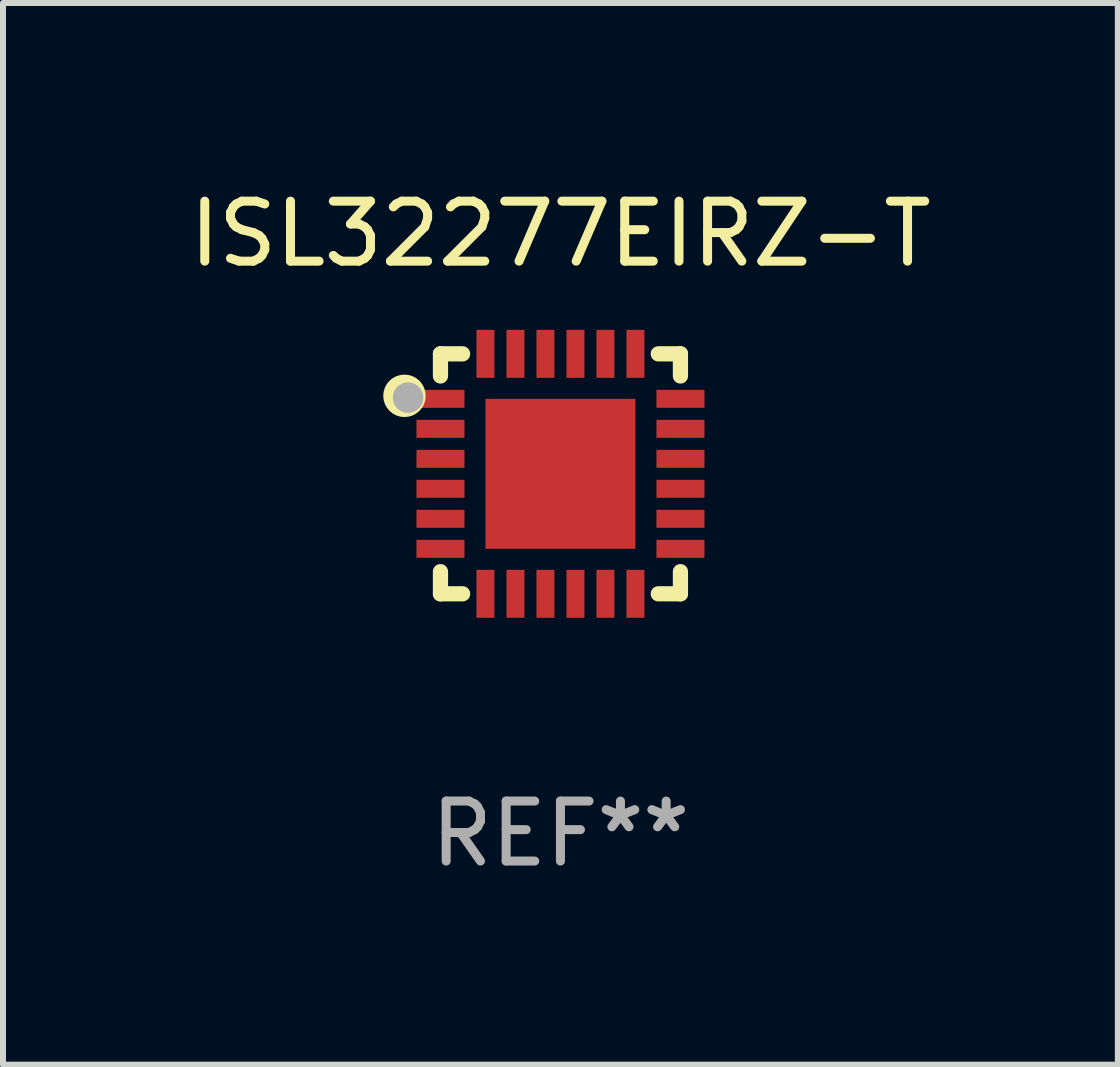
<source format=kicad_pcb>
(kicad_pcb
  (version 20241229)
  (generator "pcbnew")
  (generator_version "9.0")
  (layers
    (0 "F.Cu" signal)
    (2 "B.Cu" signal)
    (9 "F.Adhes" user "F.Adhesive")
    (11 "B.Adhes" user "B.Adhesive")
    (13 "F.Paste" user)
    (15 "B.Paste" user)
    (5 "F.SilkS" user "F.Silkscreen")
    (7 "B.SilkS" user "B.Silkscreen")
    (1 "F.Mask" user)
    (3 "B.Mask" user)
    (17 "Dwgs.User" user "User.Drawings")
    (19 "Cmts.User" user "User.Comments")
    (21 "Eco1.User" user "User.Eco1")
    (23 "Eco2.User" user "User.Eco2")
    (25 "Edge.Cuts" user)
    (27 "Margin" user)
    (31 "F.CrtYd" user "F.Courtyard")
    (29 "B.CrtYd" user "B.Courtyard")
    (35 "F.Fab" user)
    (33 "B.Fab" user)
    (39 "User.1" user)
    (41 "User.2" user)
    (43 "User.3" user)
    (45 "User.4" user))
  (footprint "ISL32277EIRZ-T"
    (layer "F.Cu")
    (at 6.292 4.848)
    (property "Reference" "ISL32277EIRZ-T" (at 0 -4 0) (layer "F.SilkS") (effects (font (size 1 1) (thickness 0.15))))
    (attr through_hole)
    (fp_line (start -2 -2) (end -1.631 -2) (stroke (width 0.254) (type solid)) (layer "F.SilkS"))
    (fp_line (start -2 -1.631) (end -2 -2) (stroke (width 0.254) (type solid)) (layer "F.SilkS"))
    (fp_line (start -2 2) (end -2 1.631) (stroke (width 0.254) (type solid)) (layer "F.SilkS"))
    (fp_line (start -1.631 2) (end -2 2) (stroke (width 0.254) (type solid)) (layer "F.SilkS"))
    (fp_line (start 1.631 -2) (end 2 -2) (stroke (width 0.254) (type solid)) (layer "F.SilkS"))
    (fp_line (start 2 -2) (end 2 -1.631) (stroke (width 0.254) (type solid)) (layer "F.SilkS"))
    (fp_line (start 2 1.631) (end 2 2) (stroke (width 0.254) (type solid)) (layer "F.SilkS"))
    (fp_line (start 2 2) (end 1.631 2) (stroke (width 0.254) (type solid)) (layer "F.SilkS"))
    (fp_circle (center -2.6 -1.3) (end -2.5 -1.3) (stroke (width 0.254) (type solid)) (fill no) (layer "F.SilkS"))
    (fp_circle (center -1.95 -1.95) (end -1.9 -1.95) (stroke (width 0.1) (type solid)) (fill no) (layer "F.SilkS"))
    (fp_circle (center -2.54 -1.27) (end -2.413 -1.27) (stroke (width 0.254) (type solid)) (fill no) (layer "F.Fab"))
    (fp_text user "REF**" (at 0 6 0) (layer "F.Fab") (effects (font (size 1 1) (thickness 0.15))))
    (pad "1" smd rect (at -2 -1.25) (size 0.8 0.3) (layers "F.Cu" "F.Mask" "F.Paste"))
    (pad "2" smd rect (at -2 -0.75) (size 0.8 0.3) (layers "F.Cu" "F.Mask" "F.Paste"))
    (pad "3" smd rect (at -2 -0.25) (size 0.8 0.3) (layers "F.Cu" "F.Mask" "F.Paste"))
    (pad "4" smd rect (at -2 0.25) (size 0.8 0.3) (layers "F.Cu" "F.Mask" "F.Paste"))
    (pad "5" smd rect (at -2 0.75) (size 0.8 0.3) (layers "F.Cu" "F.Mask" "F.Paste"))
    (pad "6" smd rect (at -2 1.25) (size 0.8 0.3) (layers "F.Cu" "F.Mask" "F.Paste"))
    (pad "7" smd rect (at -1.25 2) (size 0.3 0.8) (layers "F.Cu" "F.Mask" "F.Paste"))
    (pad "8" smd rect (at -0.75 2) (size 0.3 0.8) (layers "F.Cu" "F.Mask" "F.Paste"))
    (pad "9" smd rect (at -0.25 2) (size 0.3 0.8) (layers "F.Cu" "F.Mask" "F.Paste"))
    (pad "10" smd rect (at 0.25 2) (size 0.3 0.8) (layers "F.Cu" "F.Mask" "F.Paste"))
    (pad "11" smd rect (at 0.75 2) (size 0.3 0.8) (layers "F.Cu" "F.Mask" "F.Paste"))
    (pad "12" smd rect (at 1.25 2) (size 0.3 0.8) (layers "F.Cu" "F.Mask" "F.Paste"))
    (pad "13" smd rect (at 2 1.25) (size 0.8 0.3) (layers "F.Cu" "F.Mask" "F.Paste"))
    (pad "14" smd rect (at 2 0.75) (size 0.8 0.3) (layers "F.Cu" "F.Mask" "F.Paste"))
    (pad "15" smd rect (at 2 0.25) (size 0.8 0.3) (layers "F.Cu" "F.Mask" "F.Paste"))
    (pad "16" smd rect (at 2 -0.25) (size 0.8 0.3) (layers "F.Cu" "F.Mask" "F.Paste"))
    (pad "17" smd rect (at 2 -0.75) (size 0.8 0.3) (layers "F.Cu" "F.Mask" "F.Paste"))
    (pad "18" smd rect (at 2 -1.25) (size 0.8 0.3) (layers "F.Cu" "F.Mask" "F.Paste"))
    (pad "19" smd rect (at 1.25 -2) (size 0.3 0.8) (layers "F.Cu" "F.Mask" "F.Paste"))
    (pad "20" smd rect (at 0.75 -2) (size 0.3 0.8) (layers "F.Cu" "F.Mask" "F.Paste"))
    (pad "21" smd rect (at 0.25 -2) (size 0.3 0.8) (layers "F.Cu" "F.Mask" "F.Paste"))
    (pad "22" smd rect (at -0.25 -2) (size 0.3 0.8) (layers "F.Cu" "F.Mask" "F.Paste"))
    (pad "23" smd rect (at -0.75 -2) (size 0.3 0.8) (layers "F.Cu" "F.Mask" "F.Paste"))
    (pad "24" smd rect (at -1.25 -2) (size 0.3 0.8) (layers "F.Cu" "F.Mask" "F.Paste"))
    (pad "25" smd rect (at 0 0) (size 2.5 2.5) (layers "F.Cu" "F.Mask" "F.Paste")))
  (gr_rect
    (start -3 -3)
    (end 15.583 14.697)
    (stroke (width 0.1) (type default))
    (fill no)
    (layer "Edge.Cuts")))
</source>
